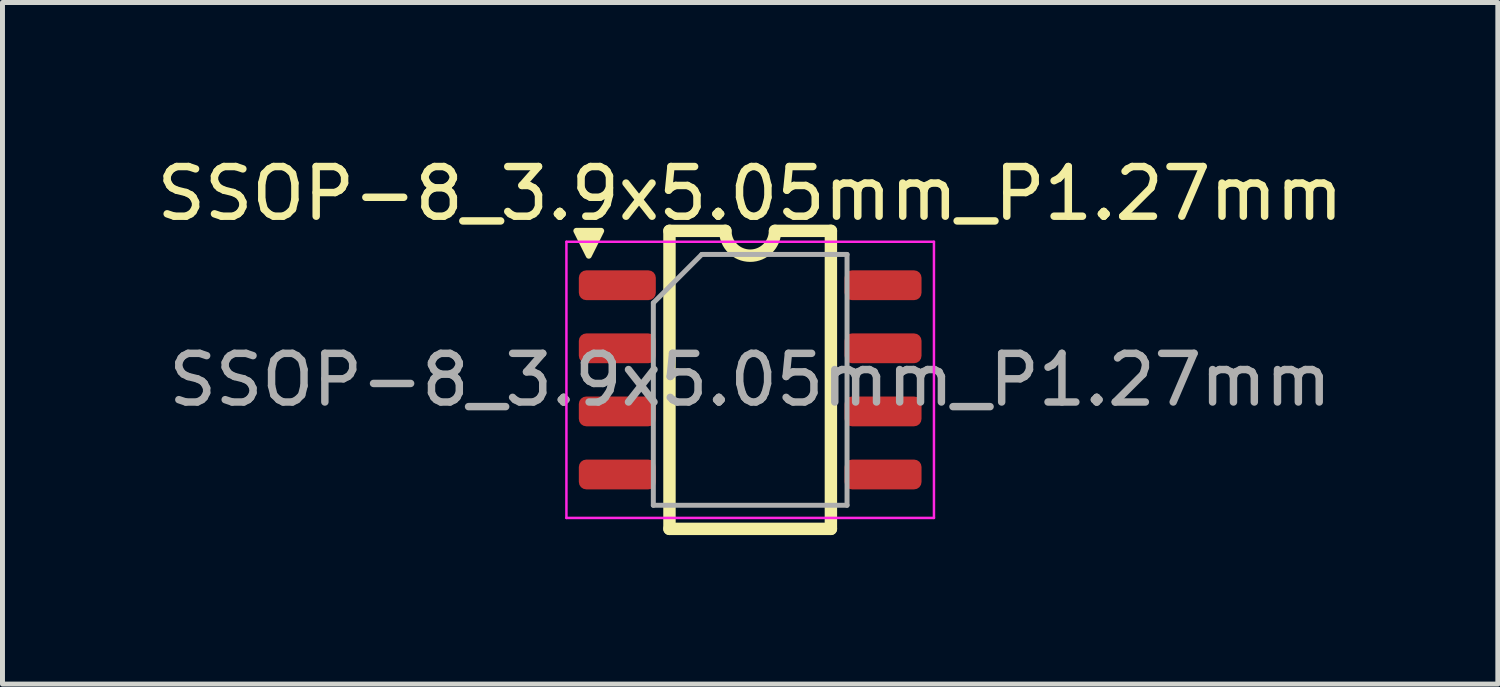
<source format=kicad_pcb>
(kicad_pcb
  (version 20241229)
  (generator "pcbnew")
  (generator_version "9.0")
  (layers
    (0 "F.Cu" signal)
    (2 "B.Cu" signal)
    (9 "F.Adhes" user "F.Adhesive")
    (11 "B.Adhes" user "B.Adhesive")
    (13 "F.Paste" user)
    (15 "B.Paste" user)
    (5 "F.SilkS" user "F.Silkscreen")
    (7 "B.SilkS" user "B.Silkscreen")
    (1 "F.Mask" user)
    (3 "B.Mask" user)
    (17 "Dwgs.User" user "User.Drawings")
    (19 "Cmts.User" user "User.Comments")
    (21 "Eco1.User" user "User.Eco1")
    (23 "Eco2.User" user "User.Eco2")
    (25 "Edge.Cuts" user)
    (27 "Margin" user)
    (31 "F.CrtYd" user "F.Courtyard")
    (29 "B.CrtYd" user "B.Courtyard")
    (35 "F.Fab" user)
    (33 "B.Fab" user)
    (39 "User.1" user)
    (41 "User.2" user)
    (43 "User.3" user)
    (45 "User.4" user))
  (footprint "SSOP-8_3.9x5.05mm_P1.27mm"
    (layer "F.Cu")
    (at 12.054 4.598)
    (property "Reference" "SSOP-8_3.9x5.05mm_P1.27mm" (at 0 -3.75 0) (layer "F.SilkS") (effects (font (size 1 1) (thickness 0.15))))
    (attr smd)
    (fp_line (start -1.625 -3) (end -0.5 -3) (stroke (width 0.25) (type default)) (layer "F.SilkS"))
    (fp_line (start -1.625 3) (end -1.625 -3) (stroke (width 0.25) (type default)) (layer "F.SilkS"))
    (fp_line (start -0.5 -3) (end -0.5 -3) (stroke (width 0.12) (type default)) (layer "F.SilkS"))
    (fp_line (start 0.5 -3) (end 1.625 -3) (stroke (width 0.25) (type default)) (layer "F.SilkS"))
    (fp_line (start 1.625 -3) (end 1.625 3) (stroke (width 0.25) (type default)) (layer "F.SilkS"))
    (fp_line (start 1.625 3) (end -1.625 3) (stroke (width 0.25) (type default)) (layer "F.SilkS"))
    (fp_arc (start 0.5 -3) (mid 0 -2.5) (end -0.5 -3) (stroke (width 0.25) (type default)) (layer "F.SilkS"))
    (fp_poly (pts (xy -3.25 -2.5) (xy -3.5 -3) (xy -3 -3)) (stroke (width 0.12) (type solid)) (fill yes) (layer "F.SilkS"))
    (fp_line (start -3.7 -2.78) (end -3.7 2.78) (stroke (width 0.05) (type solid)) (layer "F.CrtYd"))
    (fp_line (start -3.7 2.78) (end 3.7 2.78) (stroke (width 0.05) (type solid)) (layer "F.CrtYd"))
    (fp_line (start 3.7 -2.78) (end -3.7 -2.78) (stroke (width 0.05) (type solid)) (layer "F.CrtYd"))
    (fp_line (start 3.7 2.78) (end 3.7 -2.78) (stroke (width 0.05) (type solid)) (layer "F.CrtYd"))
    (fp_line (start -1.95 -1.55) (end -0.975 -2.525) (stroke (width 0.1) (type solid)) (layer "F.Fab"))
    (fp_line (start -1.95 2.525) (end -1.95 -1.55) (stroke (width 0.1) (type solid)) (layer "F.Fab"))
    (fp_line (start -0.975 -2.525) (end 1.95 -2.525) (stroke (width 0.1) (type solid)) (layer "F.Fab"))
    (fp_line (start 1.95 -2.525) (end 1.95 2.525) (stroke (width 0.1) (type solid)) (layer "F.Fab"))
    (fp_line (start 1.95 2.525) (end -1.95 2.525) (stroke (width 0.1) (type solid)) (layer "F.Fab"))
    (fp_text user "${REFERENCE}" (at 0 0 0) (layer "F.Fab") (effects (font (size 0.98 0.98) (thickness 0.15))))
    (pad "1" smd roundrect (at -2.675 -1.905) (size 1.55 0.6) (layers "F.Cu" "F.Mask" "F.Paste") (roundrect_rratio 0.25))
    (pad "2" smd roundrect (at -2.675 -0.635) (size 1.55 0.6) (layers "F.Cu" "F.Mask" "F.Paste") (roundrect_rratio 0.25))
    (pad "3" smd roundrect (at -2.675 0.635) (size 1.55 0.6) (layers "F.Cu" "F.Mask" "F.Paste") (roundrect_rratio 0.25))
    (pad "4" smd roundrect (at -2.675 1.905) (size 1.55 0.6) (layers "F.Cu" "F.Mask" "F.Paste") (roundrect_rratio 0.25))
    (pad "5" smd roundrect (at 2.675 1.905) (size 1.55 0.6) (layers "F.Cu" "F.Mask" "F.Paste") (roundrect_rratio 0.25))
    (pad "6" smd roundrect (at 2.675 0.635) (size 1.55 0.6) (layers "F.Cu" "F.Mask" "F.Paste") (roundrect_rratio 0.25))
    (pad "7" smd roundrect (at 2.675 -0.635) (size 1.55 0.6) (layers "F.Cu" "F.Mask" "F.Paste") (roundrect_rratio 0.25))
    (pad "8" smd roundrect (at 2.675 -1.905) (size 1.55 0.6) (layers "F.Cu" "F.Mask" "F.Paste") (roundrect_rratio 0.25)))
  (gr_rect
    (start -3 -3)
    (end 27.107 10.723)
    (stroke (width 0.1) (type default))
    (fill no)
    (layer "Edge.Cuts")))
</source>
